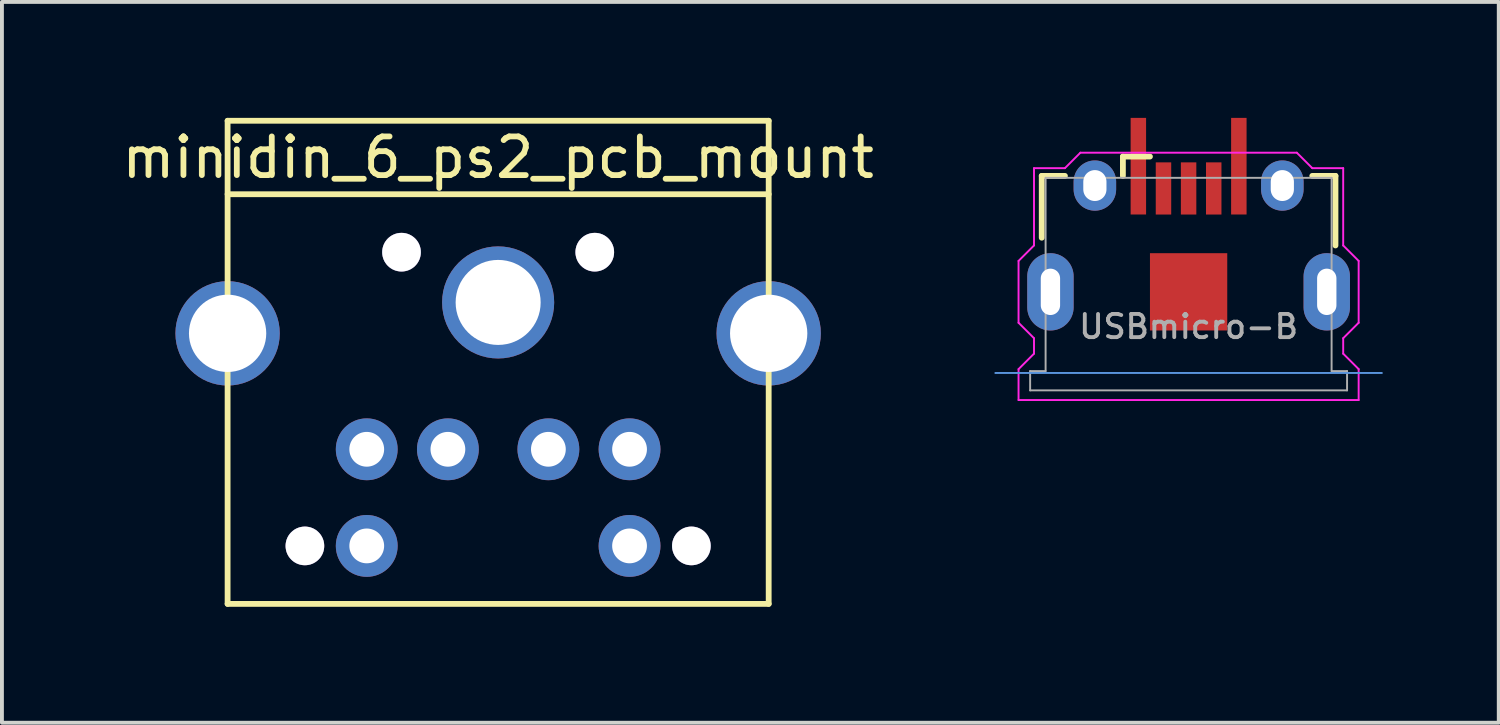
<source format=kicad_pcb>
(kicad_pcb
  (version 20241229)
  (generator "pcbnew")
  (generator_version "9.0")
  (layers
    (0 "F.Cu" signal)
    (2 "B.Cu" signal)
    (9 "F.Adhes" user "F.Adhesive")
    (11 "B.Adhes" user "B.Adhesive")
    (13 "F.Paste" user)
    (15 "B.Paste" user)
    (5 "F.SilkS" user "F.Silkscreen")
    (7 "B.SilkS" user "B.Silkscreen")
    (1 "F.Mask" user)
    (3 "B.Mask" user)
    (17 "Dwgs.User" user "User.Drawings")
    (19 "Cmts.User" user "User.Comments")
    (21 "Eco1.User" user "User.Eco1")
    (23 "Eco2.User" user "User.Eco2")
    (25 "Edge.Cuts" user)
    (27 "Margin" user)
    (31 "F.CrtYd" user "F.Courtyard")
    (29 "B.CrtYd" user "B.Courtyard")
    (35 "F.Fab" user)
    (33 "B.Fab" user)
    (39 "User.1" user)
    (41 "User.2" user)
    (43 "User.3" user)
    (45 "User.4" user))
  (footprint "USBmicro-B"
    (layer "F.Cu")
    (at 27.704 4.501)
    (property "Reference" "USBmicro-B" (at 0 0.9 0) (layer "F.Fab") (effects (font (size 0.6 0.6) (thickness 0.1))))
    (attr through_hole)
    (fp_line (start -3.8 -3) (end -3.2 -3) (stroke (width 0.15) (type solid)) (layer "F.SilkS"))
    (fp_line (start -3.8 -1.4) (end -3.8 -3) (stroke (width 0.15) (type solid)) (layer "F.SilkS"))
    (fp_line (start -1.7 -3.5) (end -1.7 -3) (stroke (width 0.15) (type solid)) (layer "F.SilkS"))
    (fp_line (start -1 -3.5) (end -1.7 -3.5) (stroke (width 0.15) (type solid)) (layer "F.SilkS"))
    (fp_line (start 3.8 -3) (end 3.2 -3) (stroke (width 0.15) (type solid)) (layer "F.SilkS"))
    (fp_line (start 3.8 -1.2) (end 3.8 -3) (stroke (width 0.15) (type solid)) (layer "F.SilkS"))
    (fp_line (start 5 2.1) (end -5 2.1) (stroke (width 0.05) (type solid)) (layer "Cmts.User"))
    (fp_line (start -4.4 -0.8) (end -4.4 0.8) (stroke (width 0.05) (type solid)) (layer "F.CrtYd"))
    (fp_line (start -4.4 0.8) (end -4 1.2) (stroke (width 0.05) (type solid)) (layer "F.CrtYd"))
    (fp_line (start -4.4 2) (end -4.4 2.8) (stroke (width 0.05) (type solid)) (layer "F.CrtYd"))
    (fp_line (start -4.4 2.8) (end 4.4 2.8) (stroke (width 0.05) (type solid)) (layer "F.CrtYd"))
    (fp_line (start -4 -3.2) (end -4 -1.2) (stroke (width 0.05) (type solid)) (layer "F.CrtYd"))
    (fp_line (start -4 -1.2) (end -4.4 -0.8) (stroke (width 0.05) (type solid)) (layer "F.CrtYd"))
    (fp_line (start -4 1.2) (end -4 1.6) (stroke (width 0.05) (type solid)) (layer "F.CrtYd"))
    (fp_line (start -4 1.6) (end -4.4 2) (stroke (width 0.05) (type solid)) (layer "F.CrtYd"))
    (fp_line (start -3.2 -3.2) (end -4 -3.2) (stroke (width 0.05) (type solid)) (layer "F.CrtYd"))
    (fp_line (start -2.8 -3.6) (end -3.2 -3.2) (stroke (width 0.05) (type solid)) (layer "F.CrtYd"))
    (fp_line (start 2.8 -3.6) (end -2.8 -3.6) (stroke (width 0.05) (type solid)) (layer "F.CrtYd"))
    (fp_line (start 3.2 -3.2) (end 2.8 -3.6) (stroke (width 0.05) (type solid)) (layer "F.CrtYd"))
    (fp_line (start 4 -3.2) (end 3.2 -3.2) (stroke (width 0.05) (type solid)) (layer "F.CrtYd"))
    (fp_line (start 4 -1.2) (end 4 -3.2) (stroke (width 0.05) (type solid)) (layer "F.CrtYd"))
    (fp_line (start 4 1.2) (end 4.4 0.8) (stroke (width 0.05) (type solid)) (layer "F.CrtYd"))
    (fp_line (start 4 1.6) (end 4 1.2) (stroke (width 0.05) (type solid)) (layer "F.CrtYd"))
    (fp_line (start 4.4 -0.8) (end 4 -1.2) (stroke (width 0.05) (type solid)) (layer "F.CrtYd"))
    (fp_line (start 4.4 0.8) (end 4.4 -0.8) (stroke (width 0.05) (type solid)) (layer "F.CrtYd"))
    (fp_line (start 4.4 2) (end 4 1.6) (stroke (width 0.05) (type solid)) (layer "F.CrtYd"))
    (fp_line (start 4.4 2.8) (end 4.4 2) (stroke (width 0.05) (type solid)) (layer "F.CrtYd"))
    (fp_line (start -4.1 2.05) (end -3.7 2.05) (stroke (width 0.05) (type solid)) (layer "F.Fab"))
    (fp_line (start -4.1 2.55) (end -4.1 2.05) (stroke (width 0.05) (type solid)) (layer "F.Fab"))
    (fp_line (start -4.1 2.55) (end 4.1 2.55) (stroke (width 0.05) (type solid)) (layer "F.Fab"))
    (fp_line (start -3.7 -2.95) (end -3.7 2.05) (stroke (width 0.05) (type solid)) (layer "F.Fab"))
    (fp_line (start 3.7 -2.95) (end -3.7 -2.95) (stroke (width 0.05) (type solid)) (layer "F.Fab"))
    (fp_line (start 3.7 2.05) (end 3.7 -2.95) (stroke (width 0.05) (type solid)) (layer "F.Fab"))
    (fp_line (start 4.1 2.05) (end 3.7 2.05) (stroke (width 0.05) (type solid)) (layer "F.Fab"))
    (fp_line (start 4.1 2.55) (end 4.1 2.05) (stroke (width 0.05) (type solid)) (layer "F.Fab"))
    (fp_text user "${REFERENCE}" (at -1.5 -1.7 0) (layer "Eco1.User") (effects (font (size 0.3 0.3) (thickness 0.03))))
    (pad "" thru_hole oval (at -3.575 0) (size 1.2 2) (drill oval 0.5 1.2) (layers "*.Cu" "*.Mask" "F.Paste"))
    (pad "" thru_hole oval (at -2.425 -2.75) (size 1.1 1.3) (drill oval 0.6 0.8) (layers "*.Cu" "*.Mask"))
    (pad "" smd rect (at 0 0) (size 2 2) (layers "F.Cu" "F.Mask" "F.Paste"))
    (pad "" thru_hole oval (at 2.425 -2.75) (size 1.1 1.3) (drill oval 0.6 0.8) (layers "*.Cu" "*.Mask"))
    (pad "" thru_hole oval (at 3.575 0) (size 1.2 2) (drill oval 0.5 1.2) (layers "*.Cu" "*.Mask" "F.Paste"))
    (pad "1" smd rect (at -1.3 -3.251) (size 0.4 2.5) (layers "F.Cu" "F.Mask" "F.Paste"))
    (pad "2" smd rect (at -0.65 -2.675) (size 0.4 1.35) (layers "F.Cu" "F.Mask" "F.Paste"))
    (pad "3" smd rect (at 0 -2.675) (size 0.4 1.35) (layers "F.Cu" "F.Mask" "F.Paste"))
    (pad "4" smd rect (at 0.65 -2.675) (size 0.4 1.35) (layers "F.Cu" "F.Mask" "F.Paste"))
    (pad "5" smd rect (at 1.3 -3.251) (size 0.4 2.5) (layers "F.Cu" "F.Mask" "F.Paste")))
  (footprint "minidin_6_ps2_pcb_mount"
    (layer "F.Cu")
    (at 9.839 6.325)
    (property "Reference" "minidin_6_ps2_pcb_mount" (at 0 -5.3 0) (layer "F.SilkS") (effects (font (size 1 1) (thickness 0.15))))
    (attr through_hole)
    (fp_line (start -7 -6.25) (end -7 6.25) (stroke (width 0.15) (type solid)) (layer "F.SilkS"))
    (fp_line (start -7 -4.35) (end 7 -4.35) (stroke (width 0.15) (type solid)) (layer "F.SilkS"))
    (fp_line (start -7 6.25) (end 7 6.25) (stroke (width 0.15) (type solid)) (layer "F.SilkS"))
    (fp_line (start 7 -6.25) (end -7 -6.25) (stroke (width 0.15) (type solid)) (layer "F.SilkS"))
    (fp_line (start 7 6.25) (end 7 -6.25) (stroke (width 0.15) (type solid)) (layer "F.SilkS"))
    (pad "1" thru_hole circle (at -1.3 2.25) (size 1.6 1.6) (drill 0.9) (layers "*.Cu" "*.Mask"))
    (pad "2" thru_hole circle (at 1.3 2.25) (size 1.6 1.6) (drill 0.9) (layers "*.Cu" "*.Mask"))
    (pad "3" thru_hole circle (at -3.4 2.25) (size 1.6 1.6) (drill 0.9) (layers "*.Cu" "*.Mask"))
    (pad "4" thru_hole circle (at 3.4 2.25) (size 1.6 1.6) (drill 0.9) (layers "*.Cu" "*.Mask"))
    (pad "5" thru_hole circle (at -3.4 4.75) (size 1.6 1.6) (drill 0.9) (layers "*.Cu" "*.Mask"))
    (pad "6" thru_hole circle (at 3.4 4.75) (size 1.6 1.6) (drill 0.9) (layers "*.Cu" "*.Mask"))
    (pad "M1" thru_hole circle (at -2.5 -2.85) (size 1 1) (drill 1) (layers "*.Cu" "*.Mask"))
    (pad "M2" thru_hole circle (at 2.5 -2.85) (size 1 1) (drill 1) (layers "*.Cu" "*.Mask"))
    (pad "M3" thru_hole circle (at -5 4.75) (size 1 1) (drill 1) (layers "*.Cu" "*.Mask"))
    (pad "M4" thru_hole circle (at 5 4.75) (size 1 1) (drill 1) (layers "*.Cu" "*.Mask"))
    (pad "S1" thru_hole circle (at 0 -1.55) (size 2.9 2.9) (drill 2.2) (layers "*.Cu" "*.Mask"))
    (pad "S2" thru_hole circle (at -7 -0.75) (size 2.7 2.7) (drill 2) (layers "*.Cu" "*.Mask"))
    (pad "S3" thru_hole circle (at 7 -0.75) (size 2.7 2.7) (drill 2) (layers "*.Cu" "*.Mask")))
  (gr_rect
    (start -3 -3)
    (end 35.729 15.65)
    (stroke (width 0.1) (type default))
    (fill no)
    (layer "Edge.Cuts")))
</source>
